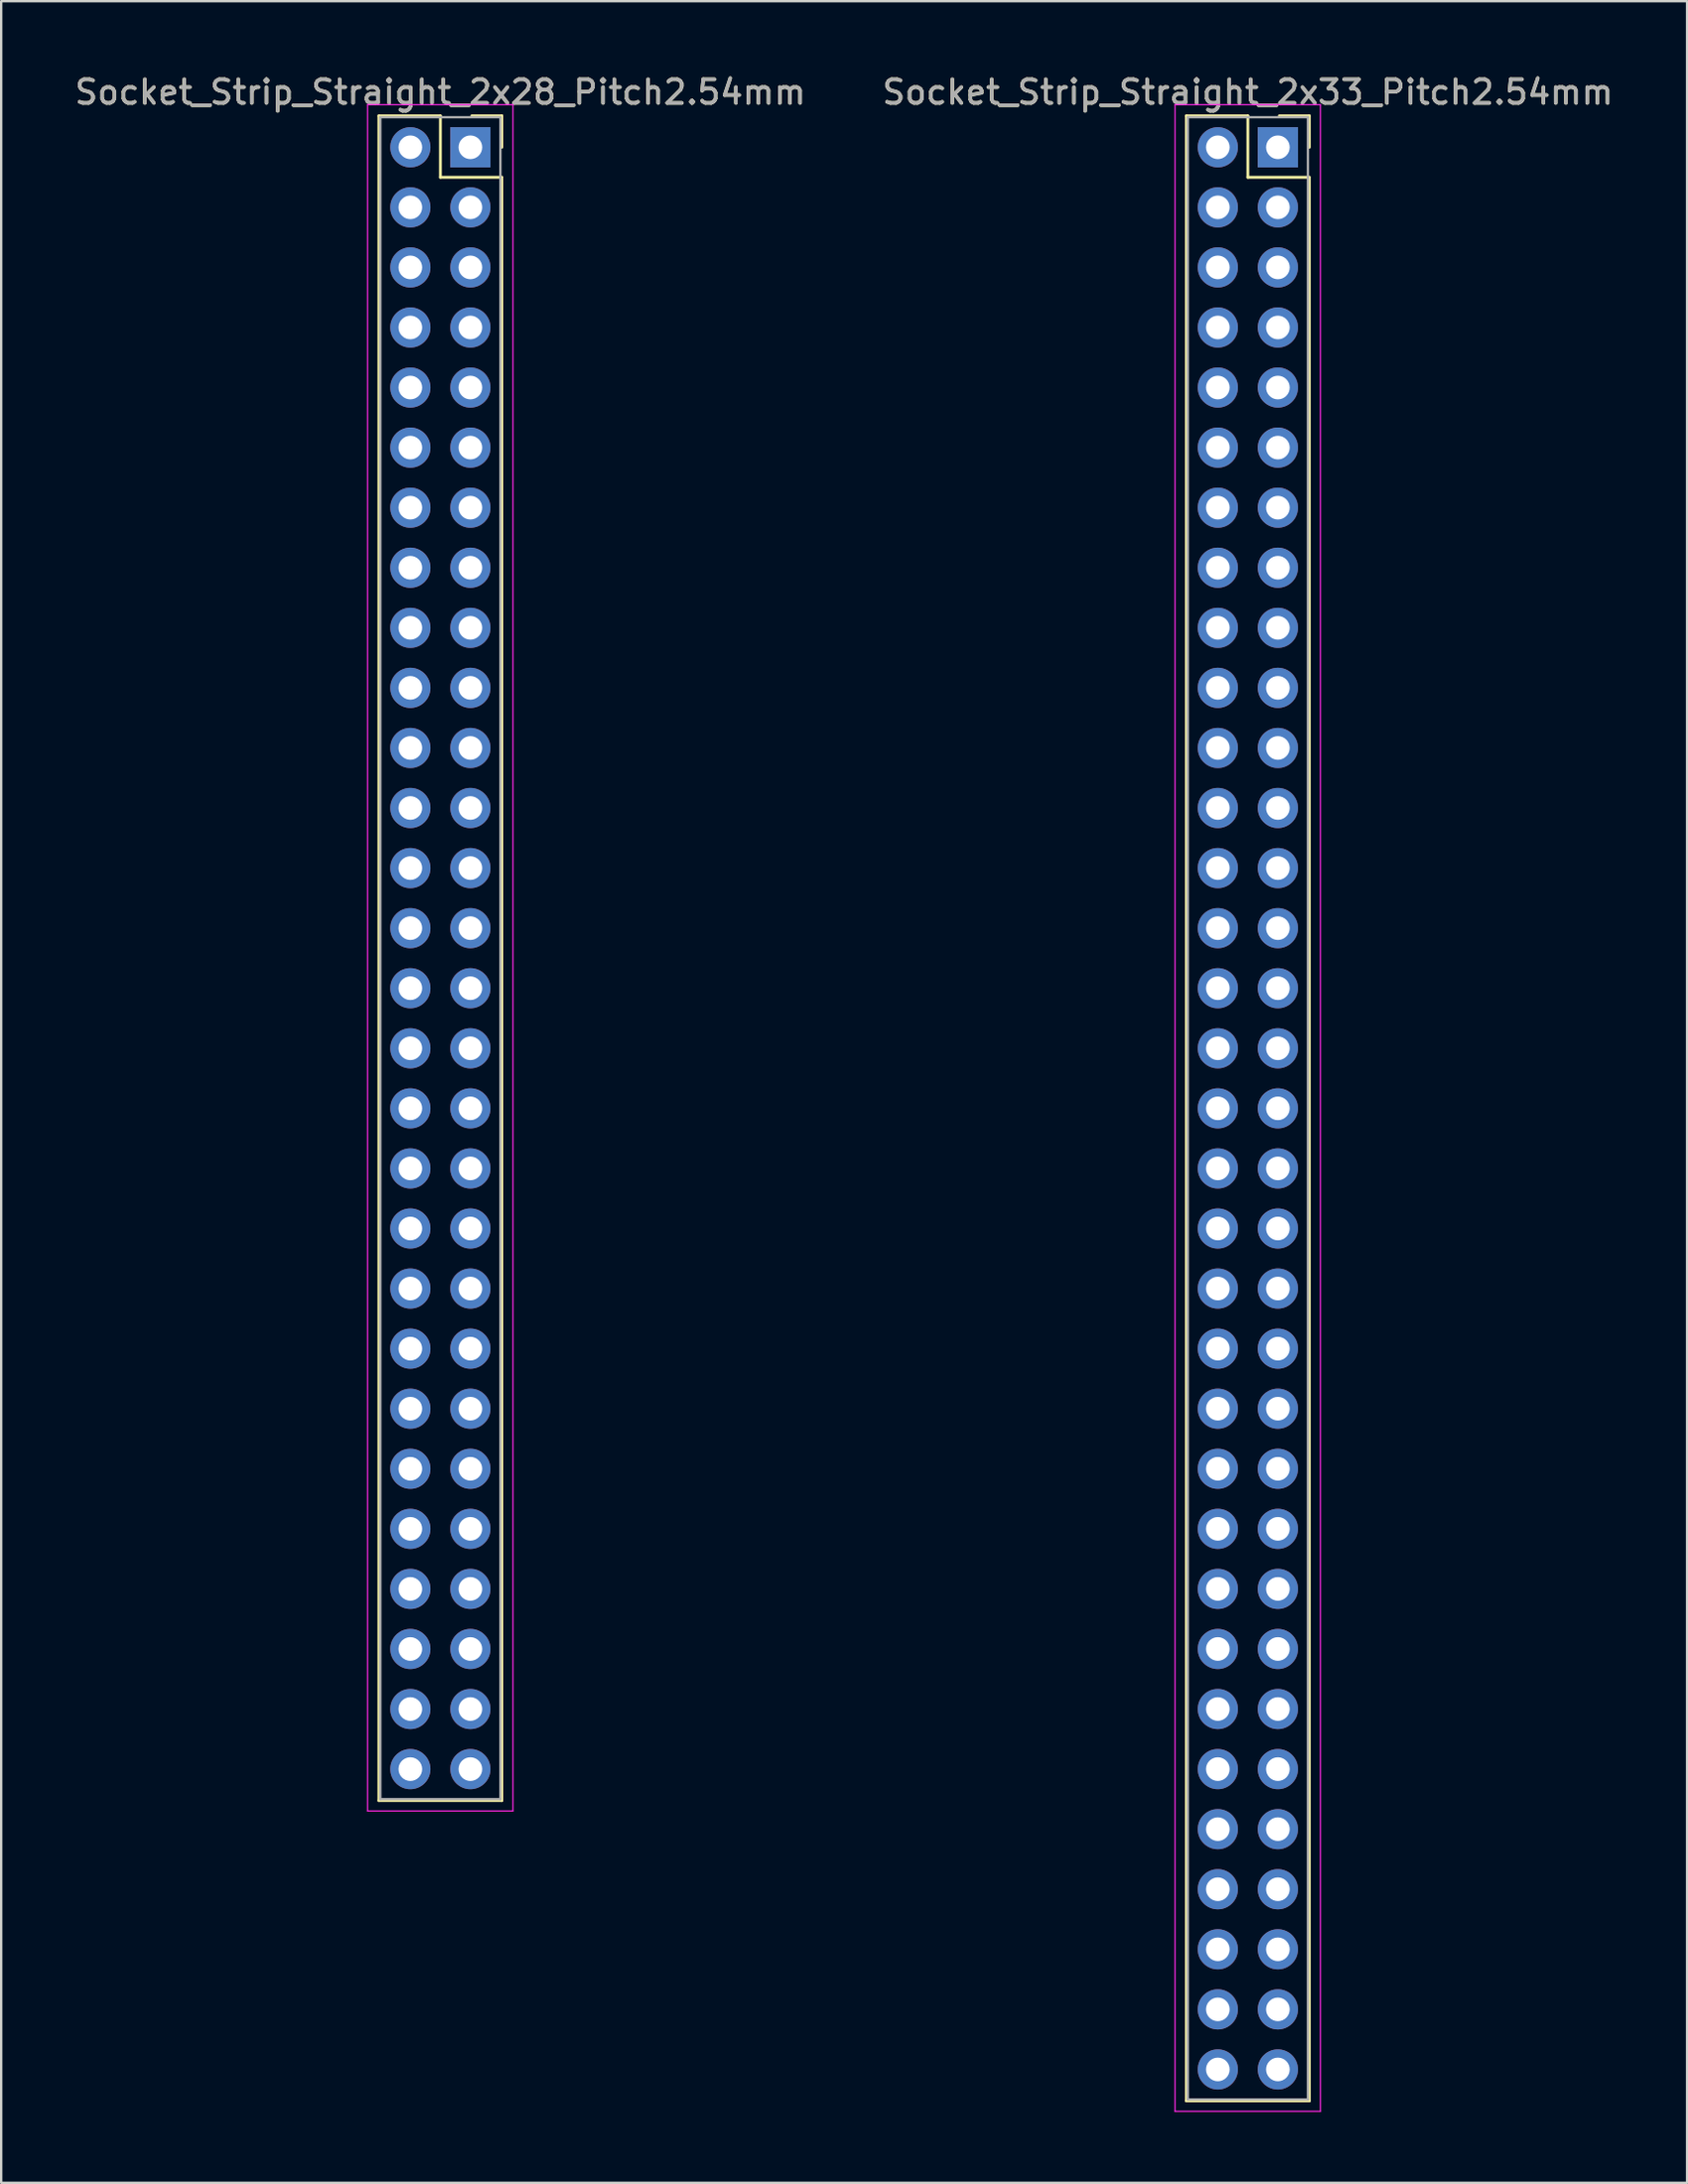
<source format=kicad_pcb>
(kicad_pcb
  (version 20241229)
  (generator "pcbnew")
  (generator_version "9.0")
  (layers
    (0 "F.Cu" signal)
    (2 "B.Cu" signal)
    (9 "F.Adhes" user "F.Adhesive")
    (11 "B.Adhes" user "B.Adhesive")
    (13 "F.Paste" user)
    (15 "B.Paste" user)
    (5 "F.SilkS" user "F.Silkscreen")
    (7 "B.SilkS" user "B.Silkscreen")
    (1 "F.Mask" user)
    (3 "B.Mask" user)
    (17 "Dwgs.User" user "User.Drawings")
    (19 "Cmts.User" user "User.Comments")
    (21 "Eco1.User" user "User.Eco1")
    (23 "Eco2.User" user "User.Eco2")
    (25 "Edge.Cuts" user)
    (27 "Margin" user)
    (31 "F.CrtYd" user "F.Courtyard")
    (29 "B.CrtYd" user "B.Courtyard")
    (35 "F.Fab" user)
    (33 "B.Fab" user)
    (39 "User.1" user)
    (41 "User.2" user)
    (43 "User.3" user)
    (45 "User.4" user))
  (footprint "Socket_Strip_Straight_2x33_Pitch2.54mm"
    (layer "F.Cu")
    (at 51.002 3.178)
    (property "Reference" "Socket_Strip_Straight_2x33_Pitch2.54mm" (at -1.27 -2.33 0) (layer "F.SilkS") (effects (font (size 1 1) (thickness 0.15))))
    (attr through_hole)
    (fp_line (start -3.87 -1.33) (end -1.27 -1.33) (stroke (width 0.12) (type solid)) (layer "F.SilkS"))
    (fp_line (start -3.87 82.61) (end -3.87 -1.33) (stroke (width 0.12) (type solid)) (layer "F.SilkS"))
    (fp_line (start -1.27 -1.33) (end -1.27 1.27) (stroke (width 0.12) (type solid)) (layer "F.SilkS"))
    (fp_line (start -1.27 1.27) (end 1.33 1.27) (stroke (width 0.12) (type solid)) (layer "F.SilkS"))
    (fp_line (start 1.33 -1.33) (end 0.06 -1.33) (stroke (width 0.12) (type solid)) (layer "F.SilkS"))
    (fp_line (start 1.33 0) (end 1.33 -1.33) (stroke (width 0.12) (type solid)) (layer "F.SilkS"))
    (fp_line (start 1.33 1.27) (end 1.33 82.61) (stroke (width 0.12) (type solid)) (layer "F.SilkS"))
    (fp_line (start 1.33 82.61) (end -3.87 82.61) (stroke (width 0.12) (type solid)) (layer "F.SilkS"))
    (fp_line (start -4.35 -1.8) (end -4.35 83.05) (stroke (width 0.05) (type solid)) (layer "F.CrtYd"))
    (fp_line (start -4.35 83.05) (end 1.8 83.05) (stroke (width 0.05) (type solid)) (layer "F.CrtYd"))
    (fp_line (start 1.8 -1.8) (end -4.35 -1.8) (stroke (width 0.05) (type solid)) (layer "F.CrtYd"))
    (fp_line (start 1.8 83.05) (end 1.8 -1.8) (stroke (width 0.05) (type solid)) (layer "F.CrtYd"))
    (fp_line (start -3.81 -1.27) (end -3.81 82.55) (stroke (width 0.1) (type solid)) (layer "F.Fab"))
    (fp_line (start -3.81 82.55) (end 1.27 82.55) (stroke (width 0.1) (type solid)) (layer "F.Fab"))
    (fp_line (start 1.27 -1.27) (end -3.81 -1.27) (stroke (width 0.1) (type solid)) (layer "F.Fab"))
    (fp_line (start 1.27 82.55) (end 1.27 -1.27) (stroke (width 0.1) (type solid)) (layer "F.Fab"))
    (fp_text user "${REFERENCE}" (at -1.27 -2.33 0) (layer "F.Fab") (effects (font (size 1 1) (thickness 0.15))))
    (pad "1" thru_hole rect (at 0 0) (size 1.7 1.7) (drill 1) (layers "*.Cu" "*.Mask"))
    (pad "2" thru_hole oval (at -2.54 0) (size 1.7 1.7) (drill 1) (layers "*.Cu" "*.Mask"))
    (pad "3" thru_hole oval (at 0 2.54) (size 1.7 1.7) (drill 1) (layers "*.Cu" "*.Mask"))
    (pad "4" thru_hole oval (at -2.54 2.54) (size 1.7 1.7) (drill 1) (layers "*.Cu" "*.Mask"))
    (pad "5" thru_hole oval (at 0 5.08) (size 1.7 1.7) (drill 1) (layers "*.Cu" "*.Mask"))
    (pad "6" thru_hole oval (at -2.54 5.08) (size 1.7 1.7) (drill 1) (layers "*.Cu" "*.Mask"))
    (pad "7" thru_hole oval (at 0 7.62) (size 1.7 1.7) (drill 1) (layers "*.Cu" "*.Mask"))
    (pad "8" thru_hole oval (at -2.54 7.62) (size 1.7 1.7) (drill 1) (layers "*.Cu" "*.Mask"))
    (pad "9" thru_hole oval (at 0 10.16) (size 1.7 1.7) (drill 1) (layers "*.Cu" "*.Mask"))
    (pad "10" thru_hole oval (at -2.54 10.16) (size 1.7 1.7) (drill 1) (layers "*.Cu" "*.Mask"))
    (pad "11" thru_hole oval (at 0 12.7) (size 1.7 1.7) (drill 1) (layers "*.Cu" "*.Mask"))
    (pad "12" thru_hole oval (at -2.54 12.7) (size 1.7 1.7) (drill 1) (layers "*.Cu" "*.Mask"))
    (pad "13" thru_hole oval (at 0 15.24) (size 1.7 1.7) (drill 1) (layers "*.Cu" "*.Mask"))
    (pad "14" thru_hole oval (at -2.54 15.24) (size 1.7 1.7) (drill 1) (layers "*.Cu" "*.Mask"))
    (pad "15" thru_hole oval (at 0 17.78) (size 1.7 1.7) (drill 1) (layers "*.Cu" "*.Mask"))
    (pad "16" thru_hole oval (at -2.54 17.78) (size 1.7 1.7) (drill 1) (layers "*.Cu" "*.Mask"))
    (pad "17" thru_hole oval (at 0 20.32) (size 1.7 1.7) (drill 1) (layers "*.Cu" "*.Mask"))
    (pad "18" thru_hole oval (at -2.54 20.32) (size 1.7 1.7) (drill 1) (layers "*.Cu" "*.Mask"))
    (pad "19" thru_hole oval (at 0 22.86) (size 1.7 1.7) (drill 1) (layers "*.Cu" "*.Mask"))
    (pad "20" thru_hole oval (at -2.54 22.86) (size 1.7 1.7) (drill 1) (layers "*.Cu" "*.Mask"))
    (pad "21" thru_hole oval (at 0 25.4) (size 1.7 1.7) (drill 1) (layers "*.Cu" "*.Mask"))
    (pad "22" thru_hole oval (at -2.54 25.4) (size 1.7 1.7) (drill 1) (layers "*.Cu" "*.Mask"))
    (pad "23" thru_hole oval (at 0 27.94) (size 1.7 1.7) (drill 1) (layers "*.Cu" "*.Mask"))
    (pad "24" thru_hole oval (at -2.54 27.94) (size 1.7 1.7) (drill 1) (layers "*.Cu" "*.Mask"))
    (pad "25" thru_hole oval (at 0 30.48) (size 1.7 1.7) (drill 1) (layers "*.Cu" "*.Mask"))
    (pad "26" thru_hole oval (at -2.54 30.48) (size 1.7 1.7) (drill 1) (layers "*.Cu" "*.Mask"))
    (pad "27" thru_hole oval (at 0 33.02) (size 1.7 1.7) (drill 1) (layers "*.Cu" "*.Mask"))
    (pad "28" thru_hole oval (at -2.54 33.02) (size 1.7 1.7) (drill 1) (layers "*.Cu" "*.Mask"))
    (pad "29" thru_hole oval (at 0 35.56) (size 1.7 1.7) (drill 1) (layers "*.Cu" "*.Mask"))
    (pad "30" thru_hole oval (at -2.54 35.56) (size 1.7 1.7) (drill 1) (layers "*.Cu" "*.Mask"))
    (pad "31" thru_hole oval (at 0 38.1) (size 1.7 1.7) (drill 1) (layers "*.Cu" "*.Mask"))
    (pad "32" thru_hole oval (at -2.54 38.1) (size 1.7 1.7) (drill 1) (layers "*.Cu" "*.Mask"))
    (pad "33" thru_hole oval (at 0 40.64) (size 1.7 1.7) (drill 1) (layers "*.Cu" "*.Mask"))
    (pad "34" thru_hole oval (at -2.54 40.64) (size 1.7 1.7) (drill 1) (layers "*.Cu" "*.Mask"))
    (pad "35" thru_hole oval (at 0 43.18) (size 1.7 1.7) (drill 1) (layers "*.Cu" "*.Mask"))
    (pad "36" thru_hole oval (at -2.54 43.18) (size 1.7 1.7) (drill 1) (layers "*.Cu" "*.Mask"))
    (pad "37" thru_hole oval (at 0 45.72) (size 1.7 1.7) (drill 1) (layers "*.Cu" "*.Mask"))
    (pad "38" thru_hole oval (at -2.54 45.72) (size 1.7 1.7) (drill 1) (layers "*.Cu" "*.Mask"))
    (pad "39" thru_hole oval (at 0 48.26) (size 1.7 1.7) (drill 1) (layers "*.Cu" "*.Mask"))
    (pad "40" thru_hole oval (at -2.54 48.26) (size 1.7 1.7) (drill 1) (layers "*.Cu" "*.Mask"))
    (pad "41" thru_hole oval (at 0 50.8) (size 1.7 1.7) (drill 1) (layers "*.Cu" "*.Mask"))
    (pad "42" thru_hole oval (at -2.54 50.8) (size 1.7 1.7) (drill 1) (layers "*.Cu" "*.Mask"))
    (pad "43" thru_hole oval (at 0 53.34) (size 1.7 1.7) (drill 1) (layers "*.Cu" "*.Mask"))
    (pad "44" thru_hole oval (at -2.54 53.34) (size 1.7 1.7) (drill 1) (layers "*.Cu" "*.Mask"))
    (pad "45" thru_hole oval (at 0 55.88) (size 1.7 1.7) (drill 1) (layers "*.Cu" "*.Mask"))
    (pad "46" thru_hole oval (at -2.54 55.88) (size 1.7 1.7) (drill 1) (layers "*.Cu" "*.Mask"))
    (pad "47" thru_hole oval (at 0 58.42) (size 1.7 1.7) (drill 1) (layers "*.Cu" "*.Mask"))
    (pad "48" thru_hole oval (at -2.54 58.42) (size 1.7 1.7) (drill 1) (layers "*.Cu" "*.Mask"))
    (pad "49" thru_hole oval (at 0 60.96) (size 1.7 1.7) (drill 1) (layers "*.Cu" "*.Mask"))
    (pad "50" thru_hole oval (at -2.54 60.96) (size 1.7 1.7) (drill 1) (layers "*.Cu" "*.Mask"))
    (pad "51" thru_hole oval (at 0 63.5) (size 1.7 1.7) (drill 1) (layers "*.Cu" "*.Mask"))
    (pad "52" thru_hole oval (at -2.54 63.5) (size 1.7 1.7) (drill 1) (layers "*.Cu" "*.Mask"))
    (pad "53" thru_hole oval (at 0 66.04) (size 1.7 1.7) (drill 1) (layers "*.Cu" "*.Mask"))
    (pad "54" thru_hole oval (at -2.54 66.04) (size 1.7 1.7) (drill 1) (layers "*.Cu" "*.Mask"))
    (pad "55" thru_hole oval (at 0 68.58) (size 1.7 1.7) (drill 1) (layers "*.Cu" "*.Mask"))
    (pad "56" thru_hole oval (at -2.54 68.58) (size 1.7 1.7) (drill 1) (layers "*.Cu" "*.Mask"))
    (pad "57" thru_hole oval (at 0 71.12) (size 1.7 1.7) (drill 1) (layers "*.Cu" "*.Mask"))
    (pad "58" thru_hole oval (at -2.54 71.12) (size 1.7 1.7) (drill 1) (layers "*.Cu" "*.Mask"))
    (pad "59" thru_hole oval (at 0 73.66) (size 1.7 1.7) (drill 1) (layers "*.Cu" "*.Mask"))
    (pad "60" thru_hole oval (at -2.54 73.66) (size 1.7 1.7) (drill 1) (layers "*.Cu" "*.Mask"))
    (pad "61" thru_hole oval (at 0 76.2) (size 1.7 1.7) (drill 1) (layers "*.Cu" "*.Mask"))
    (pad "62" thru_hole oval (at -2.54 76.2) (size 1.7 1.7) (drill 1) (layers "*.Cu" "*.Mask"))
    (pad "63" thru_hole oval (at 0 78.74) (size 1.7 1.7) (drill 1) (layers "*.Cu" "*.Mask"))
    (pad "64" thru_hole oval (at -2.54 78.74) (size 1.7 1.7) (drill 1) (layers "*.Cu" "*.Mask"))
    (pad "65" thru_hole oval (at 0 81.28) (size 1.7 1.7) (drill 1) (layers "*.Cu" "*.Mask"))
    (pad "66" thru_hole oval (at -2.54 81.28) (size 1.7 1.7) (drill 1) (layers "*.Cu" "*.Mask")))
  (footprint "Socket_Strip_Straight_2x28_Pitch2.54mm"
    (layer "F.Cu")
    (at 16.847 3.178)
    (property "Reference" "Socket_Strip_Straight_2x28_Pitch2.54mm" (at -1.27 -2.33 0) (layer "F.SilkS") (effects (font (size 1 1) (thickness 0.15))))
    (attr through_hole)
    (fp_line (start -3.87 -1.33) (end -1.27 -1.33) (stroke (width 0.12) (type solid)) (layer "F.SilkS"))
    (fp_line (start -3.87 69.91) (end -3.87 -1.33) (stroke (width 0.12) (type solid)) (layer "F.SilkS"))
    (fp_line (start -1.27 -1.33) (end -1.27 1.27) (stroke (width 0.12) (type solid)) (layer "F.SilkS"))
    (fp_line (start -1.27 1.27) (end 1.33 1.27) (stroke (width 0.12) (type solid)) (layer "F.SilkS"))
    (fp_line (start 1.33 -1.33) (end 0.06 -1.33) (stroke (width 0.12) (type solid)) (layer "F.SilkS"))
    (fp_line (start 1.33 0) (end 1.33 -1.33) (stroke (width 0.12) (type solid)) (layer "F.SilkS"))
    (fp_line (start 1.33 1.27) (end 1.33 69.91) (stroke (width 0.12) (type solid)) (layer "F.SilkS"))
    (fp_line (start 1.33 69.91) (end -3.87 69.91) (stroke (width 0.12) (type solid)) (layer "F.SilkS"))
    (fp_line (start -4.35 -1.8) (end -4.35 70.35) (stroke (width 0.05) (type solid)) (layer "F.CrtYd"))
    (fp_line (start -4.35 70.35) (end 1.8 70.35) (stroke (width 0.05) (type solid)) (layer "F.CrtYd"))
    (fp_line (start 1.8 -1.8) (end -4.35 -1.8) (stroke (width 0.05) (type solid)) (layer "F.CrtYd"))
    (fp_line (start 1.8 70.35) (end 1.8 -1.8) (stroke (width 0.05) (type solid)) (layer "F.CrtYd"))
    (fp_line (start -3.81 -1.27) (end -3.81 69.85) (stroke (width 0.1) (type solid)) (layer "F.Fab"))
    (fp_line (start -3.81 69.85) (end 1.27 69.85) (stroke (width 0.1) (type solid)) (layer "F.Fab"))
    (fp_line (start 1.27 -1.27) (end -3.81 -1.27) (stroke (width 0.1) (type solid)) (layer "F.Fab"))
    (fp_line (start 1.27 69.85) (end 1.27 -1.27) (stroke (width 0.1) (type solid)) (layer "F.Fab"))
    (fp_text user "${REFERENCE}" (at -1.27 -2.33 0) (layer "F.Fab") (effects (font (size 1 1) (thickness 0.15))))
    (pad "1" thru_hole rect (at 0 0) (size 1.7 1.7) (drill 1) (layers "*.Cu" "*.Mask"))
    (pad "2" thru_hole oval (at -2.54 0) (size 1.7 1.7) (drill 1) (layers "*.Cu" "*.Mask"))
    (pad "3" thru_hole oval (at 0 2.54) (size 1.7 1.7) (drill 1) (layers "*.Cu" "*.Mask"))
    (pad "4" thru_hole oval (at -2.54 2.54) (size 1.7 1.7) (drill 1) (layers "*.Cu" "*.Mask"))
    (pad "5" thru_hole oval (at 0 5.08) (size 1.7 1.7) (drill 1) (layers "*.Cu" "*.Mask"))
    (pad "6" thru_hole oval (at -2.54 5.08) (size 1.7 1.7) (drill 1) (layers "*.Cu" "*.Mask"))
    (pad "7" thru_hole oval (at 0 7.62) (size 1.7 1.7) (drill 1) (layers "*.Cu" "*.Mask"))
    (pad "8" thru_hole oval (at -2.54 7.62) (size 1.7 1.7) (drill 1) (layers "*.Cu" "*.Mask"))
    (pad "9" thru_hole oval (at 0 10.16) (size 1.7 1.7) (drill 1) (layers "*.Cu" "*.Mask"))
    (pad "10" thru_hole oval (at -2.54 10.16) (size 1.7 1.7) (drill 1) (layers "*.Cu" "*.Mask"))
    (pad "11" thru_hole oval (at 0 12.7) (size 1.7 1.7) (drill 1) (layers "*.Cu" "*.Mask"))
    (pad "12" thru_hole oval (at -2.54 12.7) (size 1.7 1.7) (drill 1) (layers "*.Cu" "*.Mask"))
    (pad "13" thru_hole oval (at 0 15.24) (size 1.7 1.7) (drill 1) (layers "*.Cu" "*.Mask"))
    (pad "14" thru_hole oval (at -2.54 15.24) (size 1.7 1.7) (drill 1) (layers "*.Cu" "*.Mask"))
    (pad "15" thru_hole oval (at 0 17.78) (size 1.7 1.7) (drill 1) (layers "*.Cu" "*.Mask"))
    (pad "16" thru_hole oval (at -2.54 17.78) (size 1.7 1.7) (drill 1) (layers "*.Cu" "*.Mask"))
    (pad "17" thru_hole oval (at 0 20.32) (size 1.7 1.7) (drill 1) (layers "*.Cu" "*.Mask"))
    (pad "18" thru_hole oval (at -2.54 20.32) (size 1.7 1.7) (drill 1) (layers "*.Cu" "*.Mask"))
    (pad "19" thru_hole oval (at 0 22.86) (size 1.7 1.7) (drill 1) (layers "*.Cu" "*.Mask"))
    (pad "20" thru_hole oval (at -2.54 22.86) (size 1.7 1.7) (drill 1) (layers "*.Cu" "*.Mask"))
    (pad "21" thru_hole oval (at 0 25.4) (size 1.7 1.7) (drill 1) (layers "*.Cu" "*.Mask"))
    (pad "22" thru_hole oval (at -2.54 25.4) (size 1.7 1.7) (drill 1) (layers "*.Cu" "*.Mask"))
    (pad "23" thru_hole oval (at 0 27.94) (size 1.7 1.7) (drill 1) (layers "*.Cu" "*.Mask"))
    (pad "24" thru_hole oval (at -2.54 27.94) (size 1.7 1.7) (drill 1) (layers "*.Cu" "*.Mask"))
    (pad "25" thru_hole oval (at 0 30.48) (size 1.7 1.7) (drill 1) (layers "*.Cu" "*.Mask"))
    (pad "26" thru_hole oval (at -2.54 30.48) (size 1.7 1.7) (drill 1) (layers "*.Cu" "*.Mask"))
    (pad "27" thru_hole oval (at 0 33.02) (size 1.7 1.7) (drill 1) (layers "*.Cu" "*.Mask"))
    (pad "28" thru_hole oval (at -2.54 33.02) (size 1.7 1.7) (drill 1) (layers "*.Cu" "*.Mask"))
    (pad "29" thru_hole oval (at 0 35.56) (size 1.7 1.7) (drill 1) (layers "*.Cu" "*.Mask"))
    (pad "30" thru_hole oval (at -2.54 35.56) (size 1.7 1.7) (drill 1) (layers "*.Cu" "*.Mask"))
    (pad "31" thru_hole oval (at 0 38.1) (size 1.7 1.7) (drill 1) (layers "*.Cu" "*.Mask"))
    (pad "32" thru_hole oval (at -2.54 38.1) (size 1.7 1.7) (drill 1) (layers "*.Cu" "*.Mask"))
    (pad "33" thru_hole oval (at 0 40.64) (size 1.7 1.7) (drill 1) (layers "*.Cu" "*.Mask"))
    (pad "34" thru_hole oval (at -2.54 40.64) (size 1.7 1.7) (drill 1) (layers "*.Cu" "*.Mask"))
    (pad "35" thru_hole oval (at 0 43.18) (size 1.7 1.7) (drill 1) (layers "*.Cu" "*.Mask"))
    (pad "36" thru_hole oval (at -2.54 43.18) (size 1.7 1.7) (drill 1) (layers "*.Cu" "*.Mask"))
    (pad "37" thru_hole oval (at 0 45.72) (size 1.7 1.7) (drill 1) (layers "*.Cu" "*.Mask"))
    (pad "38" thru_hole oval (at -2.54 45.72) (size 1.7 1.7) (drill 1) (layers "*.Cu" "*.Mask"))
    (pad "39" thru_hole oval (at 0 48.26) (size 1.7 1.7) (drill 1) (layers "*.Cu" "*.Mask"))
    (pad "40" thru_hole oval (at -2.54 48.26) (size 1.7 1.7) (drill 1) (layers "*.Cu" "*.Mask"))
    (pad "41" thru_hole oval (at 0 50.8) (size 1.7 1.7) (drill 1) (layers "*.Cu" "*.Mask"))
    (pad "42" thru_hole oval (at -2.54 50.8) (size 1.7 1.7) (drill 1) (layers "*.Cu" "*.Mask"))
    (pad "43" thru_hole oval (at 0 53.34) (size 1.7 1.7) (drill 1) (layers "*.Cu" "*.Mask"))
    (pad "44" thru_hole oval (at -2.54 53.34) (size 1.7 1.7) (drill 1) (layers "*.Cu" "*.Mask"))
    (pad "45" thru_hole oval (at 0 55.88) (size 1.7 1.7) (drill 1) (layers "*.Cu" "*.Mask"))
    (pad "46" thru_hole oval (at -2.54 55.88) (size 1.7 1.7) (drill 1) (layers "*.Cu" "*.Mask"))
    (pad "47" thru_hole oval (at 0 58.42) (size 1.7 1.7) (drill 1) (layers "*.Cu" "*.Mask"))
    (pad "48" thru_hole oval (at -2.54 58.42) (size 1.7 1.7) (drill 1) (layers "*.Cu" "*.Mask"))
    (pad "49" thru_hole oval (at 0 60.96) (size 1.7 1.7) (drill 1) (layers "*.Cu" "*.Mask"))
    (pad "50" thru_hole oval (at -2.54 60.96) (size 1.7 1.7) (drill 1) (layers "*.Cu" "*.Mask"))
    (pad "51" thru_hole oval (at 0 63.5) (size 1.7 1.7) (drill 1) (layers "*.Cu" "*.Mask"))
    (pad "52" thru_hole oval (at -2.54 63.5) (size 1.7 1.7) (drill 1) (layers "*.Cu" "*.Mask"))
    (pad "53" thru_hole oval (at 0 66.04) (size 1.7 1.7) (drill 1) (layers "*.Cu" "*.Mask"))
    (pad "54" thru_hole oval (at -2.54 66.04) (size 1.7 1.7) (drill 1) (layers "*.Cu" "*.Mask"))
    (pad "55" thru_hole oval (at 0 68.58) (size 1.7 1.7) (drill 1) (layers "*.Cu" "*.Mask"))
    (pad "56" thru_hole oval (at -2.54 68.58) (size 1.7 1.7) (drill 1) (layers "*.Cu" "*.Mask")))
  (gr_rect
    (start -3 -3)
    (end 68.31 89.253)
    (stroke (width 0.1) (type default))
    (fill no)
    (layer "Edge.Cuts")))
</source>
